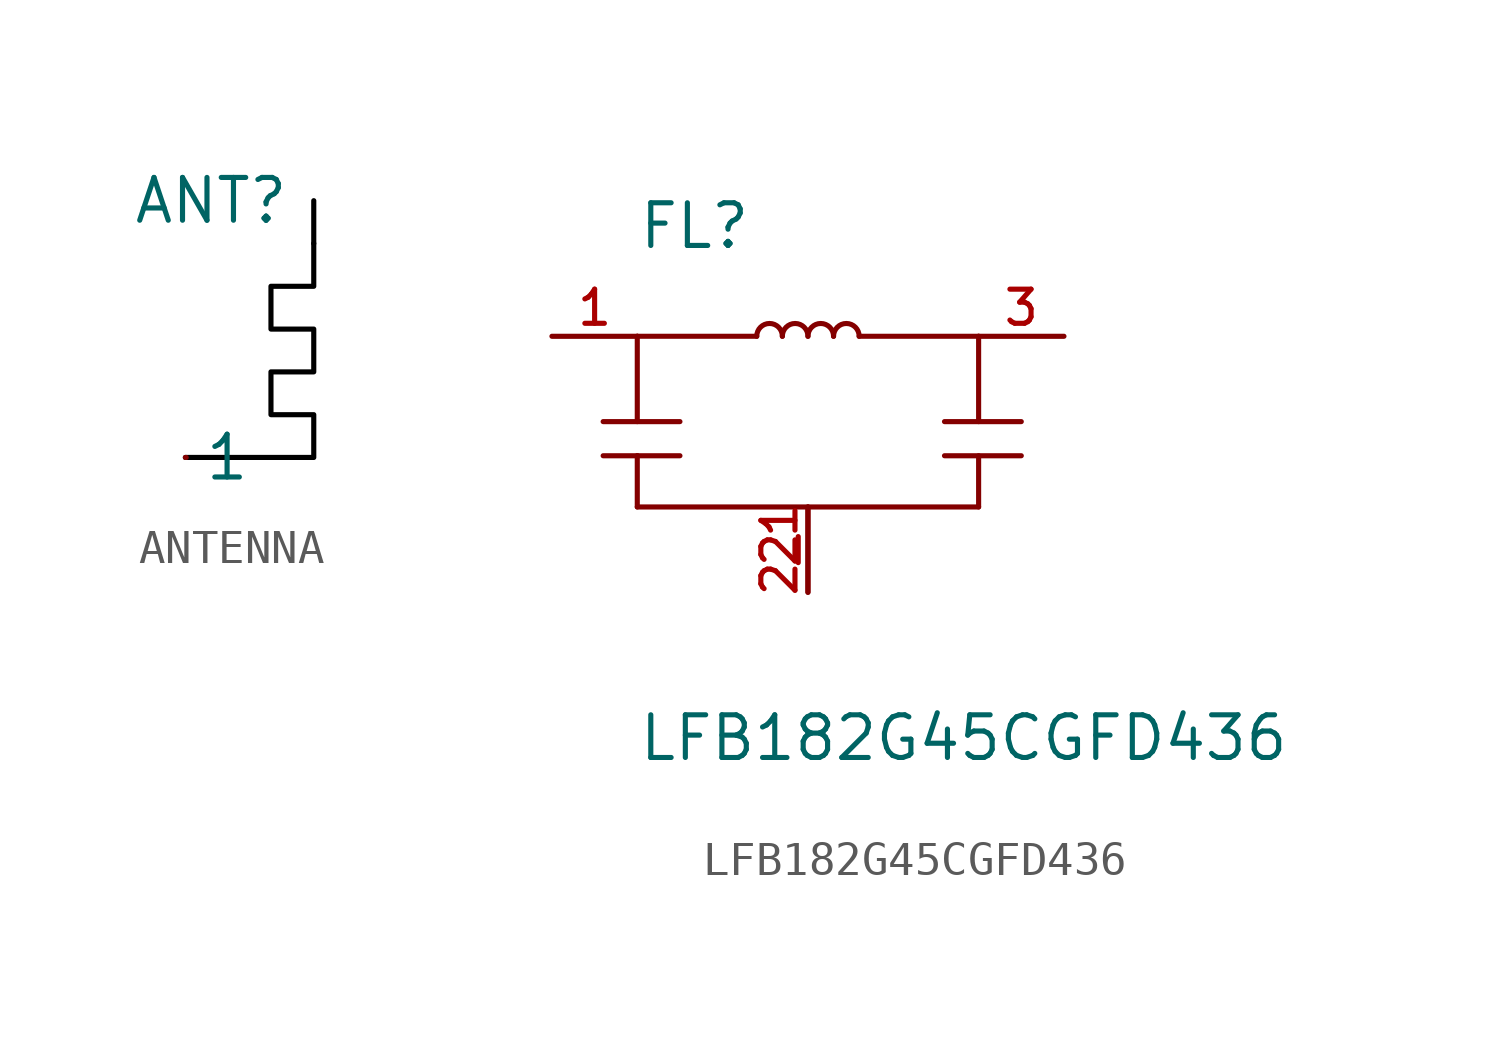
<source format=kicad_sym>
(kicad_symbol_lib
  (version 20241209)
  (generator "kicad_symbol_editor")
  (generator_version "9.0")
  (symbol "ANTENNA"
    (property "Reference" "ANT"
      (at -1.778 0 0)
      (effects (font (size 1.27 1.27))))
    (property "Value" ""
      (at 0 0 0)
      (effects (font (size 1.27 1.27))))
    (symbol "ANTENNA_0_1"
      (polyline (pts (xy -2.54 -7.62) (xy 1.27 -7.62) (xy 1.27 -7.62) (xy 1.27 -6.35) (xy 0 -6.35) (xy 0 -5.08) (xy 1.27 -5.08) (xy 1.27 -3.81) (xy 0 -3.81) (xy 0 -2.54) (xy 1.27 -2.54) (xy 1.27 -1.27)) (stroke (width 0) (type default) (color 0 0 0 1)) (fill (type none)))
      (polyline (pts (xy 1.27 -1.27) (xy 1.27 0)) (stroke (width 0) (type default) (color 0 0 0 1)) (fill (type none))))
    (symbol "ANTENNA_1_0"
      (pin input line (at -2.54 -7.62 0) (length 0.025) (name "1" (effects (font (size 1.27 1.27)))) (number "" (effects (font (size 1.27 1.27)))))))
  (symbol "LFB182G45CGFD436"
    (pin_names
      (offset 1.016))
    (property "Reference" "FL"
      (at -5.08 5.08 0)
      (effects (font (size 1.27 1.27)) (justify left bottom)))
    (property "Value" "LFB182G45CGFD436"
      (at -5.08 -10.16 0)
      (effects (font (size 1.27 1.27)) (justify left bottom)))
    (symbol "LFB182G45CGFD436_0_0"
      (polyline (pts (xy -6.096 0) (xy -3.81 0)) (stroke (width 0.152) (type default)) (fill (type none)))
      (polyline (pts (xy -6.096 -1.016) (xy -5.08 -1.016)) (stroke (width 0.152) (type default)) (fill (type none)))
      (polyline (pts (xy -5.08 2.54) (xy -5.08 0)) (stroke (width 0.152) (type default)) (fill (type none)))
      (polyline (pts (xy -5.08 -1.016) (xy -5.08 -2.54)) (stroke (width 0.152) (type default)) (fill (type none)))
      (polyline (pts (xy -5.08 -1.016) (xy -3.81 -1.016)) (stroke (width 0.152) (type default)) (fill (type none)))
      (polyline (pts (xy -1.524 2.54) (xy -5.08 2.54)) (stroke (width 0.152) (type default)) (fill (type none)))
      (arc (start -1.524 2.54) (mid -1.143 2.9193) (end -0.762 2.54) (stroke (width 0.1524) (type default)) (fill (type none)))
      (arc (start -0.762 2.54) (mid -0.381 2.9193) (end 0 2.54) (stroke (width 0.1524) (type default)) (fill (type none)))
      (arc (start 0 2.54) (mid 0.381 2.9193) (end 0.762 2.54) (stroke (width 0.1524) (type default)) (fill (type none)))
      (arc (start 0.762 2.54) (mid 1.143 2.9193) (end 1.524 2.54) (stroke (width 0.1524) (type default)) (fill (type none)))
      (polyline (pts (xy 1.524 2.54) (xy 5.08 2.54)) (stroke (width 0.152) (type default)) (fill (type none)))
      (polyline (pts (xy 4.064 0) (xy 6.35 0)) (stroke (width 0.152) (type default)) (fill (type none)))
      (polyline (pts (xy 4.064 -1.016) (xy 6.35 -1.016)) (stroke (width 0.152) (type default)) (fill (type none)))
      (polyline (pts (xy 5.08 2.54) (xy 5.08 0)) (stroke (width 0.152) (type default)) (fill (type none)))
      (polyline (pts (xy 5.08 -1.016) (xy 5.08 -2.54)) (stroke (width 0.152) (type default)) (fill (type none)))
      (polyline (pts (xy 5.08 -2.54) (xy -5.08 -2.54)) (stroke (width 0.152) (type default)) (fill (type none)))
      (pin input line (at -7.62 2.54 0) (length 2.54) (name "~" (effects (font (size 1.016 1.016)))) (number "1" (effects (font (size 1.016 1.016)))))
      (pin power_in line (at 0 -5.08 90) (length 2.54) (name "~" (effects (font (size 1.016 1.016)))) (number "2" (effects (font (size 1.016 1.016)))))
      (pin power_in line (at 0 -5.08 90) (length 2.54) (name "~" (effects (font (size 1.016 1.016)))) (number "2_1" (effects (font (size 1.016 1.016)))))
      (pin output line (at 7.62 2.54 180) (length 2.54) (name "~" (effects (font (size 1.016 1.016)))) (number "3" (effects (font (size 1.016 1.016))))))))
</source>
